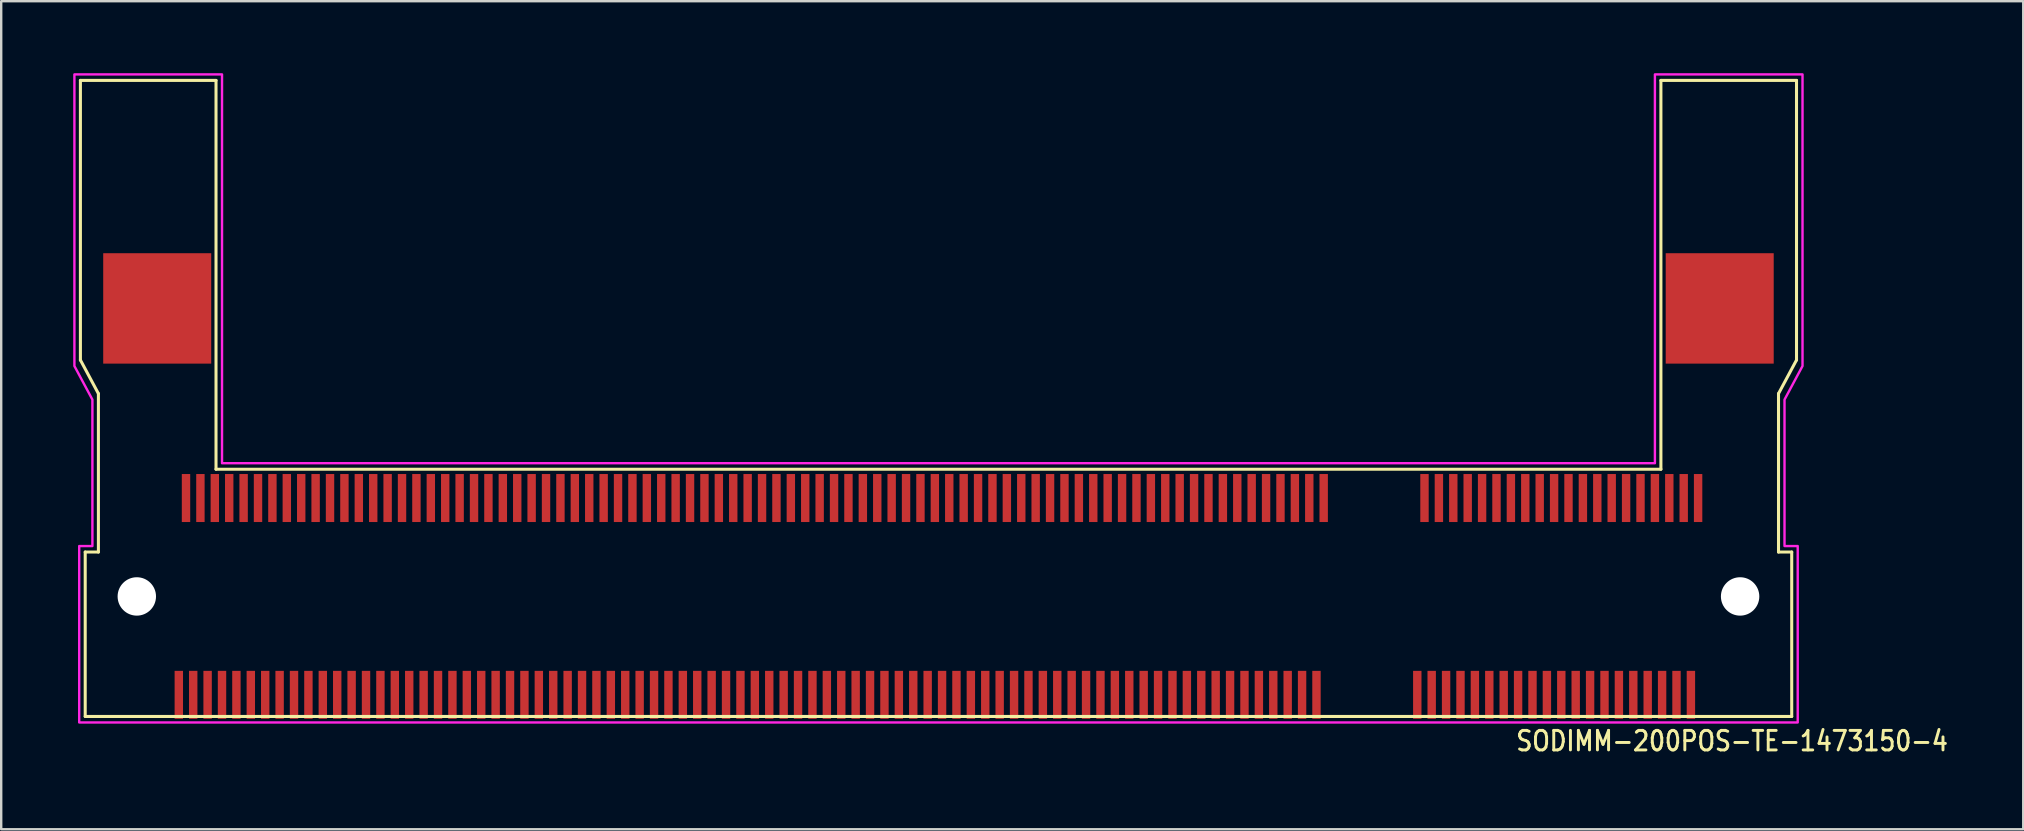
<source format=kicad_pcb>
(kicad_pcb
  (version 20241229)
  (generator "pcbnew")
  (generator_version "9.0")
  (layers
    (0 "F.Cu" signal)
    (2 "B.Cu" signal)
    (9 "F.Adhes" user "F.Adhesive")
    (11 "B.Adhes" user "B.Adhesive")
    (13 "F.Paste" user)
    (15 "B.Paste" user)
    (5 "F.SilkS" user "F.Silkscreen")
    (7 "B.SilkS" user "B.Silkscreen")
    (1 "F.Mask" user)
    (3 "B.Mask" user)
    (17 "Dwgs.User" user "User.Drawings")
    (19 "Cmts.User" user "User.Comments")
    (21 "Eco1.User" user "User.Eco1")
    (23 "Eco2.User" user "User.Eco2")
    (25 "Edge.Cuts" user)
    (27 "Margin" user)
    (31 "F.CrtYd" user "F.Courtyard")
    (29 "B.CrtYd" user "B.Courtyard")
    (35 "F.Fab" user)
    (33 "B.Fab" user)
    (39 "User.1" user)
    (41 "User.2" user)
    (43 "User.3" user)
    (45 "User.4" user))
  (footprint "SODIMM-200POS-TE-1473150-4"
    (layer "F.Cu")
    (at 36.05 21.8)
    (property "Reference" "SODIMM-200POS-TE-1473150-4" (at 24 6.5 0) (unlocked yes) (layer "F.SilkS") (effects (font (size 0.813 0.695) (thickness 0.122)) (justify left bottom)))
    (fp_line (start -35.75 -21.5) (end -30.1 -21.5) (stroke (width 0.127) (type solid)) (layer "F.SilkS"))
    (fp_line (start -35.75 -9.85) (end -35.75 -21.5) (stroke (width 0.127) (type solid)) (layer "F.SilkS"))
    (fp_line (start -35.75 -9.85) (end -35 -8.45) (stroke (width 0.127) (type solid)) (layer "F.SilkS"))
    (fp_line (start -35.55 -1.85) (end -35.55 5) (stroke (width 0.127) (type solid)) (layer "F.SilkS"))
    (fp_line (start -35.55 -1.85) (end -35 -1.85) (stroke (width 0.127) (type solid)) (layer "F.SilkS"))
    (fp_line (start -35.55 5) (end 35.55 5) (stroke (width 0.127) (type solid)) (layer "F.SilkS"))
    (fp_line (start -35 -1.85) (end -35 -8.45) (stroke (width 0.127) (type solid)) (layer "F.SilkS"))
    (fp_line (start -30.1 -21.5) (end -30.1 -5.3) (stroke (width 0.127) (type solid)) (layer "F.SilkS"))
    (fp_line (start -30.1 -5.3) (end 30.1 -5.3) (stroke (width 0.127) (type solid)) (layer "F.SilkS"))
    (fp_line (start 30.1 -21.5) (end 35.75 -21.5) (stroke (width 0.127) (type solid)) (layer "F.SilkS"))
    (fp_line (start 30.1 -5.3) (end 30.1 -21.5) (stroke (width 0.127) (type solid)) (layer "F.SilkS"))
    (fp_line (start 35 -1.85) (end 35 -8.45) (stroke (width 0.127) (type solid)) (layer "F.SilkS"))
    (fp_line (start 35.55 -1.85) (end 35 -1.85) (stroke (width 0.127) (type solid)) (layer "F.SilkS"))
    (fp_line (start 35.55 5) (end 35.55 -1.85) (stroke (width 0.127) (type solid)) (layer "F.SilkS"))
    (fp_line (start 35.75 -9.85) (end 35 -8.45) (stroke (width 0.127) (type solid)) (layer "F.SilkS"))
    (fp_line (start 35.75 -9.85) (end 35.75 -21.5) (stroke (width 0.127) (type solid)) (layer "F.SilkS"))
    (fp_poly (pts (xy -36 -21.75) (xy -29.85 -21.75) (xy -29.85 -5.55) (xy 29.85 -5.55) (xy 29.85 -21.75) (xy 36 -21.75) (xy 36 -9.6) (xy 35.25 -8.2) (xy 35.25 -2.1) (xy 35.8 -2.1) (xy 35.8 5.25) (xy -35.8 5.25) (xy -35.8 -2.1) (xy -35.25 -2.1) (xy -35.25 -8.2) (xy -36 -9.6)) (stroke (width 0.1) (type solid)) (fill no) (layer "F.CrtYd"))
    (pad "" np_thru_hole circle (at -33.4 0) (size 1.6 1.6) (drill 1.6) (layers "*.Cu" "*.Mask"))
    (pad "" np_thru_hole circle (at 33.4 0) (size 1.6 1.6) (drill 1.6) (layers "*.Cu" "*.Mask"))
    (pad "1" smd rect (at 31.65 -4.1) (size 0.35 2) (layers "F.Cu" "F.Mask" "F.Paste"))
    (pad "2" smd rect (at 31.35 4.1) (size 0.35 2) (layers "F.Cu" "F.Mask" "F.Paste"))
    (pad "3" smd rect (at 31.05 -4.1) (size 0.35 2) (layers "F.Cu" "F.Mask" "F.Paste"))
    (pad "4" smd rect (at 30.75 4.1) (size 0.35 2) (layers "F.Cu" "F.Mask" "F.Paste"))
    (pad "5" smd rect (at 30.45 -4.1) (size 0.35 2) (layers "F.Cu" "F.Mask" "F.Paste"))
    (pad "6" smd rect (at 30.15 4.1) (size 0.35 2) (layers "F.Cu" "F.Mask" "F.Paste"))
    (pad "7" smd rect (at 29.85 -4.1) (size 0.35 2) (layers "F.Cu" "F.Mask" "F.Paste"))
    (pad "8" smd rect (at 29.55 4.1) (size 0.35 2) (layers "F.Cu" "F.Mask" "F.Paste"))
    (pad "9" smd rect (at 29.25 -4.1) (size 0.35 2) (layers "F.Cu" "F.Mask" "F.Paste"))
    (pad "10" smd rect (at 28.95 4.1) (size 0.35 2) (layers "F.Cu" "F.Mask" "F.Paste"))
    (pad "11" smd rect (at 28.65 -4.1) (size 0.35 2) (layers "F.Cu" "F.Mask" "F.Paste"))
    (pad "12" smd rect (at 28.35 4.1) (size 0.35 2) (layers "F.Cu" "F.Mask" "F.Paste"))
    (pad "13" smd rect (at 28.05 -4.1) (size 0.35 2) (layers "F.Cu" "F.Mask" "F.Paste"))
    (pad "14" smd rect (at 27.75 4.1) (size 0.35 2) (layers "F.Cu" "F.Mask" "F.Paste"))
    (pad "15" smd rect (at 27.45 -4.1) (size 0.35 2) (layers "F.Cu" "F.Mask" "F.Paste"))
    (pad "16" smd rect (at 27.15 4.1) (size 0.35 2) (layers "F.Cu" "F.Mask" "F.Paste"))
    (pad "17" smd rect (at 26.85 -4.1) (size 0.35 2) (layers "F.Cu" "F.Mask" "F.Paste"))
    (pad "18" smd rect (at 26.55 4.1) (size 0.35 2) (layers "F.Cu" "F.Mask" "F.Paste"))
    (pad "19" smd rect (at 26.25 -4.1) (size 0.35 2) (layers "F.Cu" "F.Mask" "F.Paste"))
    (pad "20" smd rect (at 25.95 4.1) (size 0.35 2) (layers "F.Cu" "F.Mask" "F.Paste"))
    (pad "21" smd rect (at 25.65 -4.1) (size 0.35 2) (layers "F.Cu" "F.Mask" "F.Paste"))
    (pad "22" smd rect (at 25.35 4.1) (size 0.35 2) (layers "F.Cu" "F.Mask" "F.Paste"))
    (pad "23" smd rect (at 25.05 -4.1) (size 0.35 2) (layers "F.Cu" "F.Mask" "F.Paste"))
    (pad "24" smd rect (at 24.75 4.1) (size 0.35 2) (layers "F.Cu" "F.Mask" "F.Paste"))
    (pad "25" smd rect (at 24.45 -4.1) (size 0.35 2) (layers "F.Cu" "F.Mask" "F.Paste"))
    (pad "26" smd rect (at 24.15 4.1) (size 0.35 2) (layers "F.Cu" "F.Mask" "F.Paste"))
    (pad "27" smd rect (at 23.85 -4.1) (size 0.35 2) (layers "F.Cu" "F.Mask" "F.Paste"))
    (pad "28" smd rect (at 23.55 4.1) (size 0.35 2) (layers "F.Cu" "F.Mask" "F.Paste"))
    (pad "29" smd rect (at 23.25 -4.1) (size 0.35 2) (layers "F.Cu" "F.Mask" "F.Paste"))
    (pad "30" smd rect (at 22.95 4.1) (size 0.35 2) (layers "F.Cu" "F.Mask" "F.Paste"))
    (pad "31" smd rect (at 22.65 -4.1) (size 0.35 2) (layers "F.Cu" "F.Mask" "F.Paste"))
    (pad "32" smd rect (at 22.35 4.1) (size 0.35 2) (layers "F.Cu" "F.Mask" "F.Paste"))
    (pad "33" smd rect (at 22.05 -4.1) (size 0.35 2) (layers "F.Cu" "F.Mask" "F.Paste"))
    (pad "34" smd rect (at 21.75 4.1) (size 0.35 2) (layers "F.Cu" "F.Mask" "F.Paste"))
    (pad "35" smd rect (at 21.45 -4.1) (size 0.35 2) (layers "F.Cu" "F.Mask" "F.Paste"))
    (pad "36" smd rect (at 21.15 4.1) (size 0.35 2) (layers "F.Cu" "F.Mask" "F.Paste"))
    (pad "37" smd rect (at 20.85 -4.1) (size 0.35 2) (layers "F.Cu" "F.Mask" "F.Paste"))
    (pad "38" smd rect (at 20.55 4.1) (size 0.35 2) (layers "F.Cu" "F.Mask" "F.Paste"))
    (pad "39" smd rect (at 20.25 -4.1) (size 0.35 2) (layers "F.Cu" "F.Mask" "F.Paste"))
    (pad "40" smd rect (at 19.95 4.1) (size 0.35 2) (layers "F.Cu" "F.Mask" "F.Paste"))
    (pad "41" smd rect (at 16.05 -4.1) (size 0.35 2) (layers "F.Cu" "F.Mask" "F.Paste"))
    (pad "42" smd rect (at 15.75 4.1) (size 0.35 2) (layers "F.Cu" "F.Mask" "F.Paste"))
    (pad "43" smd rect (at 15.45 -4.1) (size 0.35 2) (layers "F.Cu" "F.Mask" "F.Paste"))
    (pad "44" smd rect (at 15.15 4.1) (size 0.35 2) (layers "F.Cu" "F.Mask" "F.Paste"))
    (pad "45" smd rect (at 14.85 -4.1) (size 0.35 2) (layers "F.Cu" "F.Mask" "F.Paste"))
    (pad "46" smd rect (at 14.55 4.1) (size 0.35 2) (layers "F.Cu" "F.Mask" "F.Paste"))
    (pad "47" smd rect (at 14.25 -4.1) (size 0.35 2) (layers "F.Cu" "F.Mask" "F.Paste"))
    (pad "48" smd rect (at 13.95 4.1) (size 0.35 2) (layers "F.Cu" "F.Mask" "F.Paste"))
    (pad "49" smd rect (at 13.65 -4.1) (size 0.35 2) (layers "F.Cu" "F.Mask" "F.Paste"))
    (pad "50" smd rect (at 13.35 4.1) (size 0.35 2) (layers "F.Cu" "F.Mask" "F.Paste"))
    (pad "51" smd rect (at 13.05 -4.1) (size 0.35 2) (layers "F.Cu" "F.Mask" "F.Paste"))
    (pad "52" smd rect (at 12.75 4.1) (size 0.35 2) (layers "F.Cu" "F.Mask" "F.Paste"))
    (pad "53" smd rect (at 12.45 -4.1) (size 0.35 2) (layers "F.Cu" "F.Mask" "F.Paste"))
    (pad "54" smd rect (at 12.15 4.1) (size 0.35 2) (layers "F.Cu" "F.Mask" "F.Paste"))
    (pad "55" smd rect (at 11.85 -4.1) (size 0.35 2) (layers "F.Cu" "F.Mask" "F.Paste"))
    (pad "56" smd rect (at 11.55 4.1) (size 0.35 2) (layers "F.Cu" "F.Mask" "F.Paste"))
    (pad "57" smd rect (at 11.25 -4.1) (size 0.35 2) (layers "F.Cu" "F.Mask" "F.Paste"))
    (pad "58" smd rect (at 10.95 4.1) (size 0.35 2) (layers "F.Cu" "F.Mask" "F.Paste"))
    (pad "59" smd rect (at 10.65 -4.1) (size 0.35 2) (layers "F.Cu" "F.Mask" "F.Paste"))
    (pad "60" smd rect (at 10.35 4.1) (size 0.35 2) (layers "F.Cu" "F.Mask" "F.Paste"))
    (pad "61" smd rect (at 10.05 -4.1) (size 0.35 2) (layers "F.Cu" "F.Mask" "F.Paste"))
    (pad "62" smd rect (at 9.75 4.1) (size 0.35 2) (layers "F.Cu" "F.Mask" "F.Paste"))
    (pad "63" smd rect (at 9.45 -4.1) (size 0.35 2) (layers "F.Cu" "F.Mask" "F.Paste"))
    (pad "64" smd rect (at 9.15 4.1) (size 0.35 2) (layers "F.Cu" "F.Mask" "F.Paste"))
    (pad "65" smd rect (at 8.85 -4.1) (size 0.35 2) (layers "F.Cu" "F.Mask" "F.Paste"))
    (pad "66" smd rect (at 8.55 4.1) (size 0.35 2) (layers "F.Cu" "F.Mask" "F.Paste"))
    (pad "67" smd rect (at 8.25 -4.1) (size 0.35 2) (layers "F.Cu" "F.Mask" "F.Paste"))
    (pad "68" smd rect (at 7.95 4.1) (size 0.35 2) (layers "F.Cu" "F.Mask" "F.Paste"))
    (pad "69" smd rect (at 7.65 -4.1) (size 0.35 2) (layers "F.Cu" "F.Mask" "F.Paste"))
    (pad "70" smd rect (at 7.35 4.1) (size 0.35 2) (layers "F.Cu" "F.Mask" "F.Paste"))
    (pad "71" smd rect (at 7.05 -4.1) (size 0.35 2) (layers "F.Cu" "F.Mask" "F.Paste"))
    (pad "72" smd rect (at 6.75 4.1) (size 0.35 2) (layers "F.Cu" "F.Mask" "F.Paste"))
    (pad "73" smd rect (at 6.45 -4.1) (size 0.35 2) (layers "F.Cu" "F.Mask" "F.Paste"))
    (pad "74" smd rect (at 6.15 4.1) (size 0.35 2) (layers "F.Cu" "F.Mask" "F.Paste"))
    (pad "75" smd rect (at 5.85 -4.1) (size 0.35 2) (layers "F.Cu" "F.Mask" "F.Paste"))
    (pad "76" smd rect (at 5.55 4.1) (size 0.35 2) (layers "F.Cu" "F.Mask" "F.Paste"))
    (pad "77" smd rect (at 5.25 -4.1) (size 0.35 2) (layers "F.Cu" "F.Mask" "F.Paste"))
    (pad "78" smd rect (at 4.95 4.1) (size 0.35 2) (layers "F.Cu" "F.Mask" "F.Paste"))
    (pad "79" smd rect (at 4.65 -4.1) (size 0.35 2) (layers "F.Cu" "F.Mask" "F.Paste"))
    (pad "80" smd rect (at 4.35 4.1) (size 0.35 2) (layers "F.Cu" "F.Mask" "F.Paste"))
    (pad "81" smd rect (at 4.05 -4.1) (size 0.35 2) (layers "F.Cu" "F.Mask" "F.Paste"))
    (pad "82" smd rect (at 3.75 4.1) (size 0.35 2) (layers "F.Cu" "F.Mask" "F.Paste"))
    (pad "83" smd rect (at 3.45 -4.1) (size 0.35 2) (layers "F.Cu" "F.Mask" "F.Paste"))
    (pad "84" smd rect (at 3.15 4.1) (size 0.35 2) (layers "F.Cu" "F.Mask" "F.Paste"))
    (pad "85" smd rect (at 2.85 -4.1) (size 0.35 2) (layers "F.Cu" "F.Mask" "F.Paste"))
    (pad "86" smd rect (at 2.55 4.1) (size 0.35 2) (layers "F.Cu" "F.Mask" "F.Paste"))
    (pad "87" smd rect (at 2.25 -4.1) (size 0.35 2) (layers "F.Cu" "F.Mask" "F.Paste"))
    (pad "88" smd rect (at 1.95 4.1) (size 0.35 2) (layers "F.Cu" "F.Mask" "F.Paste"))
    (pad "89" smd rect (at 1.65 -4.1) (size 0.35 2) (layers "F.Cu" "F.Mask" "F.Paste"))
    (pad "90" smd rect (at 1.35 4.1) (size 0.35 2) (layers "F.Cu" "F.Mask" "F.Paste"))
    (pad "91" smd rect (at 1.05 -4.1) (size 0.35 2) (layers "F.Cu" "F.Mask" "F.Paste"))
    (pad "92" smd rect (at 0.75 4.1) (size 0.35 2) (layers "F.Cu" "F.Mask" "F.Paste"))
    (pad "93" smd rect (at 0.45 -4.1) (size 0.35 2) (layers "F.Cu" "F.Mask" "F.Paste"))
    (pad "94" smd rect (at 0.15 4.1) (size 0.35 2) (layers "F.Cu" "F.Mask" "F.Paste"))
    (pad "95" smd rect (at -0.15 -4.1) (size 0.35 2) (layers "F.Cu" "F.Mask" "F.Paste"))
    (pad "96" smd rect (at -0.45 4.1) (size 0.35 2) (layers "F.Cu" "F.Mask" "F.Paste"))
    (pad "97" smd rect (at -0.75 -4.1) (size 0.35 2) (layers "F.Cu" "F.Mask" "F.Paste"))
    (pad "98" smd rect (at -1.05 4.1) (size 0.35 2) (layers "F.Cu" "F.Mask" "F.Paste"))
    (pad "99" smd rect (at -1.35 -4.1) (size 0.35 2) (layers "F.Cu" "F.Mask" "F.Paste"))
    (pad "100" smd rect (at -1.65 4.1) (size 0.35 2) (layers "F.Cu" "F.Mask" "F.Paste"))
    (pad "101" smd rect (at -1.95 -4.1) (size 0.35 2) (layers "F.Cu" "F.Mask" "F.Paste"))
    (pad "102" smd rect (at -2.25 4.1) (size 0.35 2) (layers "F.Cu" "F.Mask" "F.Paste"))
    (pad "103" smd rect (at -2.55 -4.1) (size 0.35 2) (layers "F.Cu" "F.Mask" "F.Paste"))
    (pad "104" smd rect (at -2.85 4.1) (size 0.35 2) (layers "F.Cu" "F.Mask" "F.Paste"))
    (pad "105" smd rect (at -3.15 -4.1) (size 0.35 2) (layers "F.Cu" "F.Mask" "F.Paste"))
    (pad "106" smd rect (at -3.45 4.1) (size 0.35 2) (layers "F.Cu" "F.Mask" "F.Paste"))
    (pad "107" smd rect (at -3.75 -4.1) (size 0.35 2) (layers "F.Cu" "F.Mask" "F.Paste"))
    (pad "108" smd rect (at -4.05 4.1) (size 0.35 2) (layers "F.Cu" "F.Mask" "F.Paste"))
    (pad "109" smd rect (at -4.35 -4.1) (size 0.35 2) (layers "F.Cu" "F.Mask" "F.Paste"))
    (pad "110" smd rect (at -4.65 4.1) (size 0.35 2) (layers "F.Cu" "F.Mask" "F.Paste"))
    (pad "111" smd rect (at -4.95 -4.1) (size 0.35 2) (layers "F.Cu" "F.Mask" "F.Paste"))
    (pad "112" smd rect (at -5.25 4.1) (size 0.35 2) (layers "F.Cu" "F.Mask" "F.Paste"))
    (pad "113" smd rect (at -5.55 -4.1) (size 0.35 2) (layers "F.Cu" "F.Mask" "F.Paste"))
    (pad "114" smd rect (at -5.85 4.1) (size 0.35 2) (layers "F.Cu" "F.Mask" "F.Paste"))
    (pad "115" smd rect (at -6.15 -4.1) (size 0.35 2) (layers "F.Cu" "F.Mask" "F.Paste"))
    (pad "116" smd rect (at -6.45 4.1) (size 0.35 2) (layers "F.Cu" "F.Mask" "F.Paste"))
    (pad "117" smd rect (at -6.75 -4.1) (size 0.35 2) (layers "F.Cu" "F.Mask" "F.Paste"))
    (pad "118" smd rect (at -7.05 4.1) (size 0.35 2) (layers "F.Cu" "F.Mask" "F.Paste"))
    (pad "119" smd rect (at -7.35 -4.1) (size 0.35 2) (layers "F.Cu" "F.Mask" "F.Paste"))
    (pad "120" smd rect (at -7.65 4.1) (size 0.35 2) (layers "F.Cu" "F.Mask" "F.Paste"))
    (pad "121" smd rect (at -7.95 -4.1) (size 0.35 2) (layers "F.Cu" "F.Mask" "F.Paste"))
    (pad "122" smd rect (at -8.25 4.1) (size 0.35 2) (layers "F.Cu" "F.Mask" "F.Paste"))
    (pad "123" smd rect (at -8.55 -4.1) (size 0.35 2) (layers "F.Cu" "F.Mask" "F.Paste"))
    (pad "124" smd rect (at -8.85 4.1) (size 0.35 2) (layers "F.Cu" "F.Mask" "F.Paste"))
    (pad "125" smd rect (at -9.15 -4.1) (size 0.35 2) (layers "F.Cu" "F.Mask" "F.Paste"))
    (pad "126" smd rect (at -9.45 4.1) (size 0.35 2) (layers "F.Cu" "F.Mask" "F.Paste"))
    (pad "127" smd rect (at -9.75 -4.1) (size 0.35 2) (layers "F.Cu" "F.Mask" "F.Paste"))
    (pad "128" smd rect (at -10.05 4.1) (size 0.35 2) (layers "F.Cu" "F.Mask" "F.Paste"))
    (pad "129" smd rect (at -10.35 -4.1) (size 0.35 2) (layers "F.Cu" "F.Mask" "F.Paste"))
    (pad "130" smd rect (at -10.65 4.1) (size 0.35 2) (layers "F.Cu" "F.Mask" "F.Paste"))
    (pad "131" smd rect (at -10.95 -4.1) (size 0.35 2) (layers "F.Cu" "F.Mask" "F.Paste"))
    (pad "132" smd rect (at -11.25 4.1) (size 0.35 2) (layers "F.Cu" "F.Mask" "F.Paste"))
    (pad "133" smd rect (at -11.55 -4.1) (size 0.35 2) (layers "F.Cu" "F.Mask" "F.Paste"))
    (pad "134" smd rect (at -11.85 4.1) (size 0.35 2) (layers "F.Cu" "F.Mask" "F.Paste"))
    (pad "135" smd rect (at -12.15 -4.1) (size 0.35 2) (layers "F.Cu" "F.Mask" "F.Paste"))
    (pad "136" smd rect (at -12.45 4.1) (size 0.35 2) (layers "F.Cu" "F.Mask" "F.Paste"))
    (pad "137" smd rect (at -12.75 -4.1) (size 0.35 2) (layers "F.Cu" "F.Mask" "F.Paste"))
    (pad "138" smd rect (at -13.05 4.1) (size 0.35 2) (layers "F.Cu" "F.Mask" "F.Paste"))
    (pad "139" smd rect (at -13.35 -4.1) (size 0.35 2) (layers "F.Cu" "F.Mask" "F.Paste"))
    (pad "140" smd rect (at -13.65 4.1) (size 0.35 2) (layers "F.Cu" "F.Mask" "F.Paste"))
    (pad "141" smd rect (at -13.95 -4.1) (size 0.35 2) (layers "F.Cu" "F.Mask" "F.Paste"))
    (pad "142" smd rect (at -14.25 4.1) (size 0.35 2) (layers "F.Cu" "F.Mask" "F.Paste"))
    (pad "143" smd rect (at -14.55 -4.1) (size 0.35 2) (layers "F.Cu" "F.Mask" "F.Paste"))
    (pad "144" smd rect (at -14.85 4.1) (size 0.35 2) (layers "F.Cu" "F.Mask" "F.Paste"))
    (pad "145" smd rect (at -15.15 -4.1) (size 0.35 2) (layers "F.Cu" "F.Mask" "F.Paste"))
    (pad "146" smd rect (at -15.45 4.1) (size 0.35 2) (layers "F.Cu" "F.Mask" "F.Paste"))
    (pad "147" smd rect (at -15.75 -4.1) (size 0.35 2) (layers "F.Cu" "F.Mask" "F.Paste"))
    (pad "148" smd rect (at -16.05 4.1) (size 0.35 2) (layers "F.Cu" "F.Mask" "F.Paste"))
    (pad "149" smd rect (at -16.35 -4.1) (size 0.35 2) (layers "F.Cu" "F.Mask" "F.Paste"))
    (pad "150" smd rect (at -16.65 4.1) (size 0.35 2) (layers "F.Cu" "F.Mask" "F.Paste"))
    (pad "151" smd rect (at -16.95 -4.1) (size 0.35 2) (layers "F.Cu" "F.Mask" "F.Paste"))
    (pad "152" smd rect (at -17.25 4.1) (size 0.35 2) (layers "F.Cu" "F.Mask" "F.Paste"))
    (pad "153" smd rect (at -17.55 -4.1) (size 0.35 2) (layers "F.Cu" "F.Mask" "F.Paste"))
    (pad "154" smd rect (at -17.85 4.1) (size 0.35 2) (layers "F.Cu" "F.Mask" "F.Paste"))
    (pad "155" smd rect (at -18.15 -4.1) (size 0.35 2) (layers "F.Cu" "F.Mask" "F.Paste"))
    (pad "156" smd rect (at -18.45 4.1) (size 0.35 2) (layers "F.Cu" "F.Mask" "F.Paste"))
    (pad "157" smd rect (at -18.75 -4.1) (size 0.35 2) (layers "F.Cu" "F.Mask" "F.Paste"))
    (pad "158" smd rect (at -19.05 4.1) (size 0.35 2) (layers "F.Cu" "F.Mask" "F.Paste"))
    (pad "159" smd rect (at -19.35 -4.1) (size 0.35 2) (layers "F.Cu" "F.Mask" "F.Paste"))
    (pad "160" smd rect (at -19.65 4.1) (size 0.35 2) (layers "F.Cu" "F.Mask" "F.Paste"))
    (pad "161" smd rect (at -19.95 -4.1) (size 0.35 2) (layers "F.Cu" "F.Mask" "F.Paste"))
    (pad "162" smd rect (at -20.25 4.1) (size 0.35 2) (layers "F.Cu" "F.Mask" "F.Paste"))
    (pad "163" smd rect (at -20.55 -4.1) (size 0.35 2) (layers "F.Cu" "F.Mask" "F.Paste"))
    (pad "164" smd rect (at -20.85 4.1) (size 0.35 2) (layers "F.Cu" "F.Mask" "F.Paste"))
    (pad "165" smd rect (at -21.15 -4.1) (size 0.35 2) (layers "F.Cu" "F.Mask" "F.Paste"))
    (pad "166" smd rect (at -21.45 4.1) (size 0.35 2) (layers "F.Cu" "F.Mask" "F.Paste"))
    (pad "167" smd rect (at -21.75 -4.1) (size 0.35 2) (layers "F.Cu" "F.Mask" "F.Paste"))
    (pad "168" smd rect (at -22.05 4.1) (size 0.35 2) (layers "F.Cu" "F.Mask" "F.Paste"))
    (pad "169" smd rect (at -22.35 -4.1) (size 0.35 2) (layers "F.Cu" "F.Mask" "F.Paste"))
    (pad "170" smd rect (at -22.65 4.1) (size 0.35 2) (layers "F.Cu" "F.Mask" "F.Paste"))
    (pad "171" smd rect (at -22.95 -4.1) (size 0.35 2) (layers "F.Cu" "F.Mask" "F.Paste"))
    (pad "172" smd rect (at -23.25 4.1) (size 0.35 2) (layers "F.Cu" "F.Mask" "F.Paste"))
    (pad "173" smd rect (at -23.55 -4.1) (size 0.35 2) (layers "F.Cu" "F.Mask" "F.Paste"))
    (pad "174" smd rect (at -23.85 4.1) (size 0.35 2) (layers "F.Cu" "F.Mask" "F.Paste"))
    (pad "175" smd rect (at -24.15 -4.1) (size 0.35 2) (layers "F.Cu" "F.Mask" "F.Paste"))
    (pad "176" smd rect (at -24.45 4.1) (size 0.35 2) (layers "F.Cu" "F.Mask" "F.Paste"))
    (pad "177" smd rect (at -24.75 -4.1) (size 0.35 2) (layers "F.Cu" "F.Mask" "F.Paste"))
    (pad "178" smd rect (at -25.05 4.1) (size 0.35 2) (layers "F.Cu" "F.Mask" "F.Paste"))
    (pad "179" smd rect (at -25.35 -4.1) (size 0.35 2) (layers "F.Cu" "F.Mask" "F.Paste"))
    (pad "180" smd rect (at -25.65 4.1) (size 0.35 2) (layers "F.Cu" "F.Mask" "F.Paste"))
    (pad "181" smd rect (at -25.95 -4.1) (size 0.35 2) (layers "F.Cu" "F.Mask" "F.Paste"))
    (pad "182" smd rect (at -26.25 4.1) (size 0.35 2) (layers "F.Cu" "F.Mask" "F.Paste"))
    (pad "183" smd rect (at -26.55 -4.1) (size 0.35 2) (layers "F.Cu" "F.Mask" "F.Paste"))
    (pad "184" smd rect (at -26.85 4.1) (size 0.35 2) (layers "F.Cu" "F.Mask" "F.Paste"))
    (pad "185" smd rect (at -27.15 -4.1) (size 0.35 2) (layers "F.Cu" "F.Mask" "F.Paste"))
    (pad "186" smd rect (at -27.45 4.1) (size 0.35 2) (layers "F.Cu" "F.Mask" "F.Paste"))
    (pad "187" smd rect (at -27.75 -4.1) (size 0.35 2) (layers "F.Cu" "F.Mask" "F.Paste"))
    (pad "188" smd rect (at -28.05 4.1) (size 0.35 2) (layers "F.Cu" "F.Mask" "F.Paste"))
    (pad "189" smd rect (at -28.35 -4.1) (size 0.35 2) (layers "F.Cu" "F.Mask" "F.Paste"))
    (pad "190" smd rect (at -28.65 4.1) (size 0.35 2) (layers "F.Cu" "F.Mask" "F.Paste"))
    (pad "191" smd rect (at -28.95 -4.1) (size 0.35 2) (layers "F.Cu" "F.Mask" "F.Paste"))
    (pad "192" smd rect (at -29.25 4.1) (size 0.35 2) (layers "F.Cu" "F.Mask" "F.Paste"))
    (pad "193" smd rect (at -29.55 -4.1) (size 0.35 2) (layers "F.Cu" "F.Mask" "F.Paste"))
    (pad "194" smd rect (at -29.85 4.1) (size 0.35 2) (layers "F.Cu" "F.Mask" "F.Paste"))
    (pad "195" smd rect (at -30.15 -4.1) (size 0.35 2) (layers "F.Cu" "F.Mask" "F.Paste"))
    (pad "196" smd rect (at -30.45 4.1) (size 0.35 2) (layers "F.Cu" "F.Mask" "F.Paste"))
    (pad "197" smd rect (at -30.75 -4.1) (size 0.35 2) (layers "F.Cu" "F.Mask" "F.Paste"))
    (pad "198" smd rect (at -31.05 4.1) (size 0.35 2) (layers "F.Cu" "F.Mask" "F.Paste"))
    (pad "199" smd rect (at -31.35 -4.1) (size 0.35 2) (layers "F.Cu" "F.Mask" "F.Paste"))
    (pad "200" smd rect (at -31.65 4.1) (size 0.35 2) (layers "F.Cu" "F.Mask" "F.Paste"))
    (pad "S_1" smd rect (at 32.55 -12) (size 4.5 4.6) (layers "F.Cu" "F.Mask" "F.Paste"))
    (pad "S_2" smd rect (at -32.55 -12) (size 4.5 4.6) (layers "F.Cu" "F.Mask" "F.Paste")))
  (gr_rect
    (start -3 -3)
    (end 81.246 31.5)
    (stroke (width 0.1) (type default))
    (fill no)
    (layer "Edge.Cuts")))
</source>
